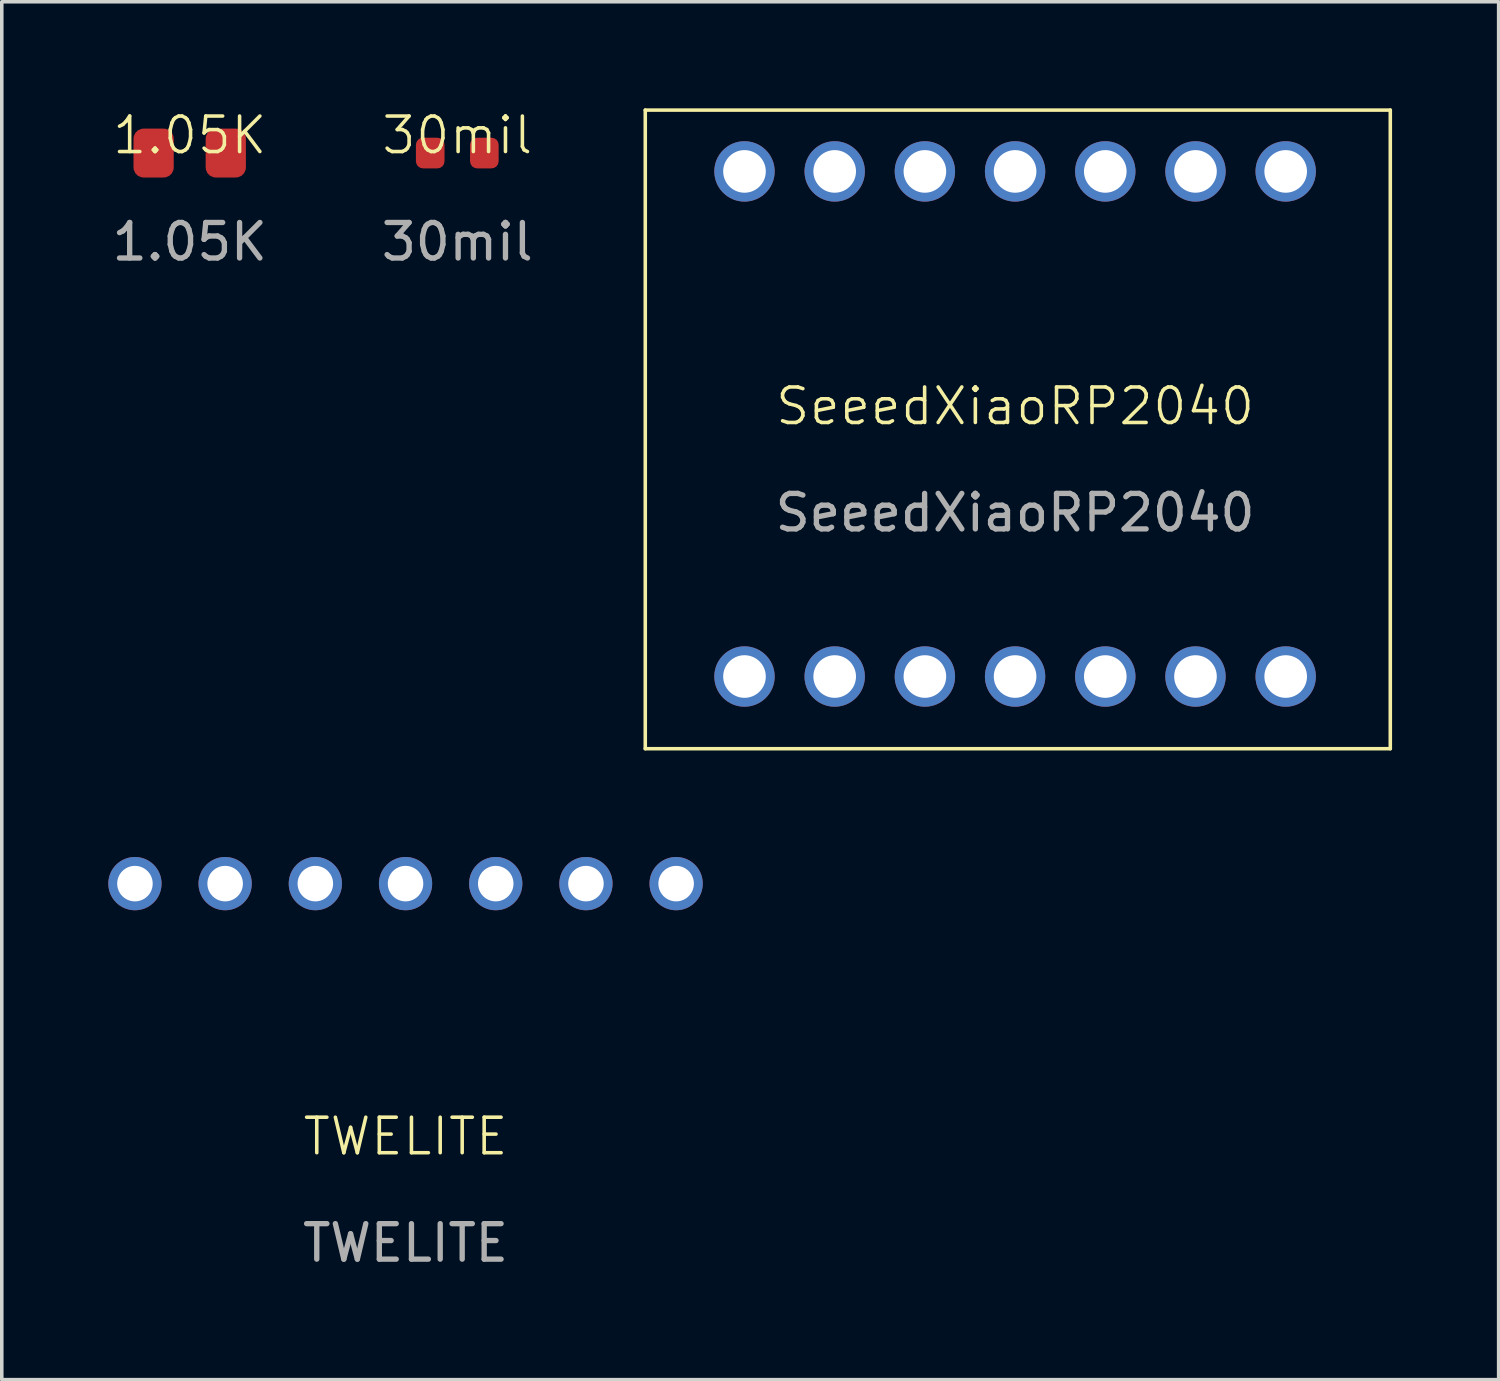
<source format=kicad_pcb>
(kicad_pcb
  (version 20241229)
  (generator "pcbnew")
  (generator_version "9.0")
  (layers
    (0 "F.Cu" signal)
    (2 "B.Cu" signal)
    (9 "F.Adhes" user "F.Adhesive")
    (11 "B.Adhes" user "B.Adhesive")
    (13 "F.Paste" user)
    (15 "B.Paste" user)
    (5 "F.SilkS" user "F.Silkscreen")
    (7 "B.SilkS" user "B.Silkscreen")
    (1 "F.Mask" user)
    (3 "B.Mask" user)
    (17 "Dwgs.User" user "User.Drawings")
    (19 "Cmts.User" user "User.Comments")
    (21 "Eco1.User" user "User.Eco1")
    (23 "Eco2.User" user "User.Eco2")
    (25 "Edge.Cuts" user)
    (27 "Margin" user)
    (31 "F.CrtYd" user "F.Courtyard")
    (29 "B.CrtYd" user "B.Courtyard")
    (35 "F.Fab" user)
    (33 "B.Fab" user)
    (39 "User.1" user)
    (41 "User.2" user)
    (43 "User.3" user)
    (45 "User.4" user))
  (footprint "SeeedXiaoRP2040"
    (layer "F.Cu")
    (at 25.535 8.889)
    (property "Reference" "SeeedXiaoRP2040" (at 0 -0.5 0) (unlocked yes) (layer "F.SilkS") (effects (font (size 1 1) (thickness 0.1))))
    (attr through_hole)
    (fp_line (start -10.414 -8.839) (end -10.414 9.144) (stroke (width 0.1) (type default)) (layer "F.SilkS"))
    (fp_line (start -10.414 -8.839) (end 10.566 -8.839) (stroke (width 0.1) (type default)) (layer "F.SilkS"))
    (fp_line (start -10.414 9.144) (end 10.566 9.144) (stroke (width 0.1) (type default)) (layer "F.SilkS"))
    (fp_line (start 10.566 -8.839) (end 10.566 9.144) (stroke (width 0.1) (type default)) (layer "F.SilkS"))
    (fp_text user "${REFERENCE}" (at 0 2.5 0) (unlocked yes) (layer "F.Fab") (effects (font (size 1 1) (thickness 0.15))))
    (pad "1" thru_hole circle (at -7.62 -7.112) (size 1.7 1.7) (drill 1.2) (layers "*.Cu" "*.Mask"))
    (pad "2" thru_hole circle (at -5.08 -7.112) (size 1.7 1.7) (drill 1.2) (layers "*.Cu" "*.Mask"))
    (pad "3" thru_hole circle (at -2.54 -7.112) (size 1.7 1.7) (drill 1.2) (layers "*.Cu" "*.Mask"))
    (pad "4" thru_hole circle (at 0 -7.112) (size 1.7 1.7) (drill 1.2) (layers "*.Cu" "*.Mask"))
    (pad "5" thru_hole circle (at 2.54 -7.112) (size 1.7 1.7) (drill 1.2) (layers "*.Cu" "*.Mask"))
    (pad "6" thru_hole circle (at 5.08 -7.112) (size 1.7 1.7) (drill 1.2) (layers "*.Cu" "*.Mask"))
    (pad "7" thru_hole circle (at 7.62 -7.112) (size 1.7 1.7) (drill 1.2) (layers "*.Cu" "*.Mask"))
    (pad "8" thru_hole circle (at 7.62 7.112) (size 1.7 1.7) (drill 1.2) (layers "*.Cu" "*.Mask"))
    (pad "9" thru_hole circle (at 5.08 7.112) (size 1.7 1.7) (drill 1.2) (layers "*.Cu" "*.Mask"))
    (pad "10" thru_hole circle (at 2.54 7.112) (size 1.7 1.7) (drill 1.2) (layers "*.Cu" "*.Mask"))
    (pad "11" thru_hole circle (at 0 7.112) (size 1.7 1.7) (drill 1.2) (layers "*.Cu" "*.Mask"))
    (pad "12" thru_hole circle (at -2.54 7.112) (size 1.7 1.7) (drill 1.2) (layers "*.Cu" "*.Mask"))
    (pad "13" thru_hole circle (at -5.08 7.112) (size 1.7 1.7) (drill 1.2) (layers "*.Cu" "*.Mask"))
    (pad "14" thru_hole circle (at -7.62 7.112) (size 1.7 1.7) (drill 1.2) (layers "*.Cu" "*.Mask")))
  (footprint "30mil"
    (layer "F.Cu")
    (at 9.827 1.26)
    (property "Reference" "30mil" (at 0 -0.5 0) (unlocked yes) (layer "F.SilkS") (effects (font (size 1 1) (thickness 0.1))))
    (attr smd)
    (fp_text user "${REFERENCE}" (at 0 2.5 0) (unlocked yes) (layer "F.Fab") (effects (font (size 1 1) (thickness 0.15))))
    (pad "1" smd roundrect (at 0.762 0) (size 0.806 0.864) (layers "F.Cu" "F.Mask" "F.Paste") (roundrect_rratio 0.25))
    (pad "2" smd roundrect (at -0.762 0) (size 0.806 0.864) (layers "F.Cu" "F.Mask" "F.Paste") (roundrect_rratio 0.25)))
  (footprint "TWELITE"
    (layer "F.Cu")
    (at 8.37 29.453)
    (property "Reference" "TWELITE" (at 0 -0.5 0) (unlocked yes) (layer "F.SilkS") (effects (font (size 1 1) (thickness 0.1))))
    (attr through_hole)
    (fp_text user "${REFERENCE}" (at 0 2.5 0) (unlocked yes) (layer "F.Fab") (effects (font (size 1 1) (thickness 0.15))))
    (pad "1" thru_hole circle (at 7.62 -7.62) (size 1.5 1.5) (drill 1) (layers "*.Cu" "*.Mask"))
    (pad "2" thru_hole circle (at 5.08 -7.62) (size 1.5 1.5) (drill 1) (layers "*.Cu" "*.Mask"))
    (pad "3" thru_hole circle (at 2.54 -7.62) (size 1.5 1.5) (drill 1) (layers "*.Cu" "*.Mask"))
    (pad "4" thru_hole circle (at 0 -7.62) (size 1.5 1.5) (drill 1) (layers "*.Cu" "*.Mask"))
    (pad "5" thru_hole circle (at -2.54 -7.62) (size 1.5 1.5) (drill 1) (layers "*.Cu" "*.Mask"))
    (pad "6" thru_hole circle (at -5.08 -7.62) (size 1.5 1.5) (drill 1) (layers "*.Cu" "*.Mask"))
    (pad "7" thru_hole circle (at -7.62 -7.62) (size 1.5 1.5) (drill 1) (layers "*.Cu" "*.Mask")))
  (footprint "1.05K"
    (layer "F.Cu")
    (at 2.292 1.26)
    (property "Reference" "1.05K" (at 0 -0.5 0) (unlocked yes) (layer "F.SilkS") (effects (font (size 1 1) (thickness 0.1))))
    (attr smd)
    (fp_text user "${REFERENCE}" (at 0 2.5 0) (unlocked yes) (layer "F.Fab") (effects (font (size 1 1) (thickness 0.15))))
    (pad "1" smd roundrect (at -1.016 0) (size 1.133 1.377) (layers "F.Cu" "F.Mask" "F.Paste") (roundrect_rratio 0.25))
    (pad "2" smd roundrect (at 1.016 0) (size 1.133 1.377) (layers "F.Cu" "F.Mask" "F.Paste") (roundrect_rratio 0.25)))
  (gr_rect
    (start -3 -3)
    (end 39.152 35.801)
    (stroke (width 0.1) (type default))
    (fill no)
    (layer "Edge.Cuts")))
</source>
